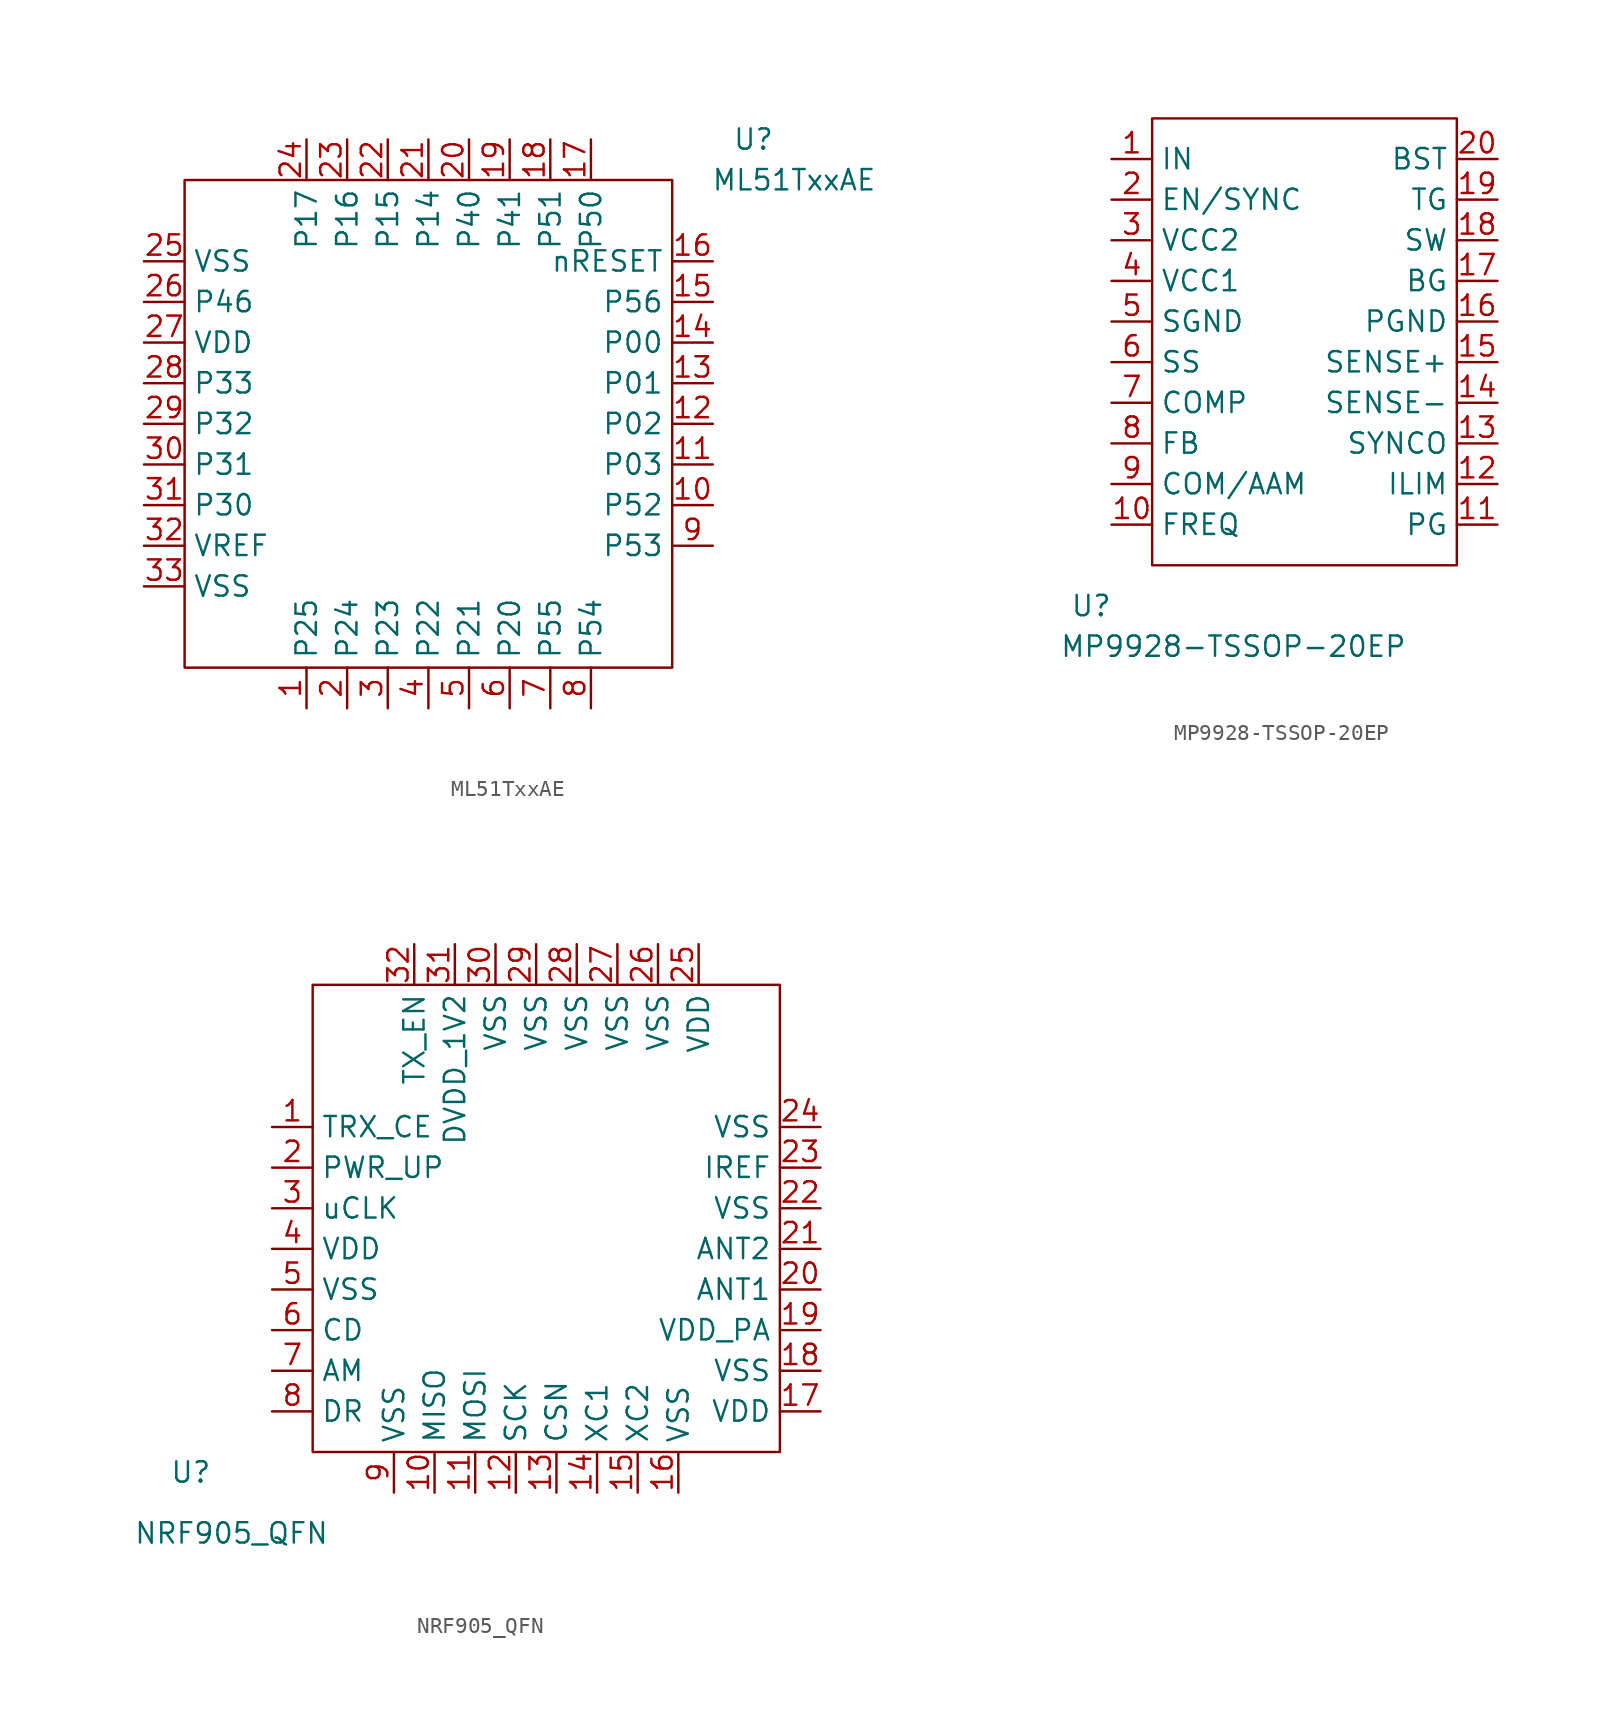
<source format=kicad_sym>
(kicad_symbol_lib
  (version 20220914)
  (generator kicad_symbol_editor)
  (symbol "ML51TxxAE"
    (property "Reference" "U"
      (at 35.56 33.02 0)
      (effects (font (size 1.27 1.27))))
    (property "Value" "ML51TxxAE"
      (at 38.1 30.48 0)
      (effects (font (size 1.27 1.27))))
    (symbol "ML51TxxAE_0_1"
      (rectangle (start 0 30.48) (end 30.48 0) (stroke (width 0) (type default)) (fill (type none))))
    (symbol "ML51TxxAE_1_1"
      (pin bidirectional line (at 7.62 -2.54 90) (length 2.54) (name "P25" (effects (font (size 1.27 1.27)))) (number "1" (effects (font (size 1.27 1.27)))))
      (pin bidirectional line (at 33.02 10.16 180) (length 2.54) (name "P52" (effects (font (size 1.27 1.27)))) (number "10" (effects (font (size 1.27 1.27)))))
      (pin bidirectional line (at 33.02 12.7 180) (length 2.54) (name "P03" (effects (font (size 1.27 1.27)))) (number "11" (effects (font (size 1.27 1.27)))))
      (pin bidirectional line (at 33.02 15.24 180) (length 2.54) (name "P02" (effects (font (size 1.27 1.27)))) (number "12" (effects (font (size 1.27 1.27)))))
      (pin bidirectional line (at 33.02 17.78 180) (length 2.54) (name "P01" (effects (font (size 1.27 1.27)))) (number "13" (effects (font (size 1.27 1.27)))))
      (pin bidirectional line (at 33.02 20.32 180) (length 2.54) (name "P00" (effects (font (size 1.27 1.27)))) (number "14" (effects (font (size 1.27 1.27)))))
      (pin bidirectional line (at 33.02 22.86 180) (length 2.54) (name "P56" (effects (font (size 1.27 1.27)))) (number "15" (effects (font (size 1.27 1.27)))))
      (pin bidirectional line (at 33.02 25.4 180) (length 2.54) (name "nRESET" (effects (font (size 1.27 1.27)))) (number "16" (effects (font (size 1.27 1.27)))))
      (pin bidirectional line (at 25.4 33.02 270) (length 2.54) (name "P50" (effects (font (size 1.27 1.27)))) (number "17" (effects (font (size 1.27 1.27)))))
      (pin bidirectional line (at 22.86 33.02 270) (length 2.54) (name "P51" (effects (font (size 1.27 1.27)))) (number "18" (effects (font (size 1.27 1.27)))))
      (pin bidirectional line (at 20.32 33.02 270) (length 2.54) (name "P41" (effects (font (size 1.27 1.27)))) (number "19" (effects (font (size 1.27 1.27)))))
      (pin bidirectional line (at 10.16 -2.54 90) (length 2.54) (name "P24" (effects (font (size 1.27 1.27)))) (number "2" (effects (font (size 1.27 1.27)))))
      (pin bidirectional line (at 17.78 33.02 270) (length 2.54) (name "P40" (effects (font (size 1.27 1.27)))) (number "20" (effects (font (size 1.27 1.27)))))
      (pin bidirectional line (at 15.24 33.02 270) (length 2.54) (name "P14" (effects (font (size 1.27 1.27)))) (number "21" (effects (font (size 1.27 1.27)))))
      (pin bidirectional line (at 12.7 33.02 270) (length 2.54) (name "P15" (effects (font (size 1.27 1.27)))) (number "22" (effects (font (size 1.27 1.27)))))
      (pin bidirectional line (at 10.16 33.02 270) (length 2.54) (name "P16" (effects (font (size 1.27 1.27)))) (number "23" (effects (font (size 1.27 1.27)))))
      (pin bidirectional line (at 7.62 33.02 270) (length 2.54) (name "P17" (effects (font (size 1.27 1.27)))) (number "24" (effects (font (size 1.27 1.27)))))
      (pin bidirectional line (at -2.54 25.4 0) (length 2.54) (name "VSS" (effects (font (size 1.27 1.27)))) (number "25" (effects (font (size 1.27 1.27)))))
      (pin bidirectional line (at -2.54 22.86 0) (length 2.54) (name "P46" (effects (font (size 1.27 1.27)))) (number "26" (effects (font (size 1.27 1.27)))))
      (pin bidirectional line (at -2.54 20.32 0) (length 2.54) (name "VDD" (effects (font (size 1.27 1.27)))) (number "27" (effects (font (size 1.27 1.27)))))
      (pin bidirectional line (at -2.54 17.78 0) (length 2.54) (name "P33" (effects (font (size 1.27 1.27)))) (number "28" (effects (font (size 1.27 1.27)))))
      (pin bidirectional line (at -2.54 15.24 0) (length 2.54) (name "P32" (effects (font (size 1.27 1.27)))) (number "29" (effects (font (size 1.27 1.27)))))
      (pin bidirectional line (at 12.7 -2.54 90) (length 2.54) (name "P23" (effects (font (size 1.27 1.27)))) (number "3" (effects (font (size 1.27 1.27)))))
      (pin bidirectional line (at -2.54 12.7 0) (length 2.54) (name "P31" (effects (font (size 1.27 1.27)))) (number "30" (effects (font (size 1.27 1.27)))))
      (pin bidirectional line (at -2.54 10.16 0) (length 2.54) (name "P30" (effects (font (size 1.27 1.27)))) (number "31" (effects (font (size 1.27 1.27)))))
      (pin bidirectional line (at -2.54 7.62 0) (length 2.54) (name "VREF" (effects (font (size 1.27 1.27)))) (number "32" (effects (font (size 1.27 1.27)))))
      (pin bidirectional line (at -2.54 5.08 0) (length 2.54) (name "VSS" (effects (font (size 1.27 1.27)))) (number "33" (effects (font (size 1.27 1.27)))))
      (pin bidirectional line (at 15.24 -2.54 90) (length 2.54) (name "P22" (effects (font (size 1.27 1.27)))) (number "4" (effects (font (size 1.27 1.27)))))
      (pin bidirectional line (at 17.78 -2.54 90) (length 2.54) (name "P21" (effects (font (size 1.27 1.27)))) (number "5" (effects (font (size 1.27 1.27)))))
      (pin bidirectional line (at 20.32 -2.54 90) (length 2.54) (name "P20" (effects (font (size 1.27 1.27)))) (number "6" (effects (font (size 1.27 1.27)))))
      (pin bidirectional line (at 22.86 -2.54 90) (length 2.54) (name "P55" (effects (font (size 1.27 1.27)))) (number "7" (effects (font (size 1.27 1.27)))))
      (pin bidirectional line (at 25.4 -2.54 90) (length 2.54) (name "P54" (effects (font (size 1.27 1.27)))) (number "8" (effects (font (size 1.27 1.27)))))
      (pin bidirectional line (at 33.02 7.62 180) (length 2.54) (name "P53" (effects (font (size 1.27 1.27)))) (number "9" (effects (font (size 1.27 1.27)))))))
  (symbol "MP9928-TSSOP-20EP"
    (property "Reference" "U"
      (at -3.81 -2.54 0)
      (effects (font (size 1.27 1.27))))
    (property "Value" "MP9928-TSSOP-20EP"
      (at 5.08 -5.08 0)
      (effects (font (size 1.27 1.27))))
    (symbol "MP9928-TSSOP-20EP_0_1"
      (rectangle (start 0 27.94) (end 19.05 0) (stroke (width 0) (type default)) (fill (type none))))
    (symbol "MP9928-TSSOP-20EP_1_1"
      (pin bidirectional line (at -2.54 25.4 0) (length 2.54) (name "IN" (effects (font (size 1.27 1.27)))) (number "1" (effects (font (size 1.27 1.27)))))
      (pin bidirectional line (at -2.54 2.54 0) (length 2.54) (name "FREQ" (effects (font (size 1.27 1.27)))) (number "10" (effects (font (size 1.27 1.27)))))
      (pin bidirectional line (at 21.59 2.54 180) (length 2.54) (name "PG" (effects (font (size 1.27 1.27)))) (number "11" (effects (font (size 1.27 1.27)))))
      (pin bidirectional line (at 21.59 5.08 180) (length 2.54) (name "ILIM" (effects (font (size 1.27 1.27)))) (number "12" (effects (font (size 1.27 1.27)))))
      (pin bidirectional line (at 21.59 7.62 180) (length 2.54) (name "SYNCO" (effects (font (size 1.27 1.27)))) (number "13" (effects (font (size 1.27 1.27)))))
      (pin bidirectional line (at 21.59 10.16 180) (length 2.54) (name "SENSE-" (effects (font (size 1.27 1.27)))) (number "14" (effects (font (size 1.27 1.27)))))
      (pin bidirectional line (at 21.59 12.7 180) (length 2.54) (name "SENSE+" (effects (font (size 1.27 1.27)))) (number "15" (effects (font (size 1.27 1.27)))))
      (pin bidirectional line (at 21.59 15.24 180) (length 2.54) (name "PGND" (effects (font (size 1.27 1.27)))) (number "16" (effects (font (size 1.27 1.27)))))
      (pin bidirectional line (at 21.59 17.78 180) (length 2.54) (name "BG" (effects (font (size 1.27 1.27)))) (number "17" (effects (font (size 1.27 1.27)))))
      (pin bidirectional line (at 21.59 20.32 180) (length 2.54) (name "SW" (effects (font (size 1.27 1.27)))) (number "18" (effects (font (size 1.27 1.27)))))
      (pin bidirectional line (at 21.59 22.86 180) (length 2.54) (name "TG" (effects (font (size 1.27 1.27)))) (number "19" (effects (font (size 1.27 1.27)))))
      (pin bidirectional line (at -2.54 22.86 0) (length 2.54) (name "EN/SYNC" (effects (font (size 1.27 1.27)))) (number "2" (effects (font (size 1.27 1.27)))))
      (pin bidirectional line (at 21.59 25.4 180) (length 2.54) (name "BST" (effects (font (size 1.27 1.27)))) (number "20" (effects (font (size 1.27 1.27)))))
      (pin bidirectional line (at -2.54 20.32 0) (length 2.54) (name "VCC2" (effects (font (size 1.27 1.27)))) (number "3" (effects (font (size 1.27 1.27)))))
      (pin bidirectional line (at -2.54 17.78 0) (length 2.54) (name "VCC1" (effects (font (size 1.27 1.27)))) (number "4" (effects (font (size 1.27 1.27)))))
      (pin bidirectional line (at -2.54 15.24 0) (length 2.54) (name "SGND" (effects (font (size 1.27 1.27)))) (number "5" (effects (font (size 1.27 1.27)))))
      (pin bidirectional line (at -2.54 12.7 0) (length 2.54) (name "SS" (effects (font (size 1.27 1.27)))) (number "6" (effects (font (size 1.27 1.27)))))
      (pin bidirectional line (at -2.54 10.16 0) (length 2.54) (name "COMP" (effects (font (size 1.27 1.27)))) (number "7" (effects (font (size 1.27 1.27)))))
      (pin bidirectional line (at -2.54 7.62 0) (length 2.54) (name "FB" (effects (font (size 1.27 1.27)))) (number "8" (effects (font (size 1.27 1.27)))))
      (pin bidirectional line (at -2.54 5.08 0) (length 2.54) (name "COM/AAM" (effects (font (size 1.27 1.27)))) (number "9" (effects (font (size 1.27 1.27)))))))
  (symbol "NRF905_QFN"
    (property "Reference" "U"
      (at -7.62 -1.27 0)
      (effects (font (size 1.27 1.27))))
    (property "Value" "NRF905_QFN"
      (at -5.08 -5.08 0)
      (effects (font (size 1.27 1.27))))
    (symbol "NRF905_QFN_0_1"
      (rectangle (start 0 29.21) (end 29.21 0) (stroke (width 0) (type default)) (fill (type none))))
    (symbol "NRF905_QFN_1_1"
      (pin bidirectional line (at -2.54 20.32 0) (length 2.54) (name "TRX_CE" (effects (font (size 1.27 1.27)))) (number "1" (effects (font (size 1.27 1.27)))))
      (pin bidirectional line (at 7.62 -2.54 90) (length 2.54) (name "MISO" (effects (font (size 1.27 1.27)))) (number "10" (effects (font (size 1.27 1.27)))))
      (pin bidirectional line (at 10.16 -2.54 90) (length 2.54) (name "MOSI" (effects (font (size 1.27 1.27)))) (number "11" (effects (font (size 1.27 1.27)))))
      (pin bidirectional line (at 12.7 -2.54 90) (length 2.54) (name "SCK" (effects (font (size 1.27 1.27)))) (number "12" (effects (font (size 1.27 1.27)))))
      (pin bidirectional line (at 15.24 -2.54 90) (length 2.54) (name "CSN" (effects (font (size 1.27 1.27)))) (number "13" (effects (font (size 1.27 1.27)))))
      (pin bidirectional line (at 17.78 -2.54 90) (length 2.54) (name "XC1" (effects (font (size 1.27 1.27)))) (number "14" (effects (font (size 1.27 1.27)))))
      (pin bidirectional line (at 20.32 -2.54 90) (length 2.54) (name "XC2" (effects (font (size 1.27 1.27)))) (number "15" (effects (font (size 1.27 1.27)))))
      (pin bidirectional line (at 22.86 -2.54 90) (length 2.54) (name "VSS" (effects (font (size 1.27 1.27)))) (number "16" (effects (font (size 1.27 1.27)))))
      (pin bidirectional line (at 31.75 2.54 180) (length 2.54) (name "VDD" (effects (font (size 1.27 1.27)))) (number "17" (effects (font (size 1.27 1.27)))))
      (pin bidirectional line (at 31.75 5.08 180) (length 2.54) (name "VSS" (effects (font (size 1.27 1.27)))) (number "18" (effects (font (size 1.27 1.27)))))
      (pin bidirectional line (at 31.75 7.62 180) (length 2.54) (name "VDD_PA" (effects (font (size 1.27 1.27)))) (number "19" (effects (font (size 1.27 1.27)))))
      (pin bidirectional line (at -2.54 17.78 0) (length 2.54) (name "PWR_UP" (effects (font (size 1.27 1.27)))) (number "2" (effects (font (size 1.27 1.27)))))
      (pin bidirectional line (at 31.75 10.16 180) (length 2.54) (name "ANT1" (effects (font (size 1.27 1.27)))) (number "20" (effects (font (size 1.27 1.27)))))
      (pin bidirectional line (at 31.75 12.7 180) (length 2.54) (name "ANT2" (effects (font (size 1.27 1.27)))) (number "21" (effects (font (size 1.27 1.27)))))
      (pin bidirectional line (at 31.75 15.24 180) (length 2.54) (name "VSS" (effects (font (size 1.27 1.27)))) (number "22" (effects (font (size 1.27 1.27)))))
      (pin bidirectional line (at 31.75 17.78 180) (length 2.54) (name "IREF" (effects (font (size 1.27 1.27)))) (number "23" (effects (font (size 1.27 1.27)))))
      (pin bidirectional line (at 31.75 20.32 180) (length 2.54) (name "VSS" (effects (font (size 1.27 1.27)))) (number "24" (effects (font (size 1.27 1.27)))))
      (pin bidirectional line (at 24.13 31.75 270) (length 2.54) (name "VDD" (effects (font (size 1.27 1.27)))) (number "25" (effects (font (size 1.27 1.27)))))
      (pin bidirectional line (at 21.59 31.75 270) (length 2.54) (name "VSS" (effects (font (size 1.27 1.27)))) (number "26" (effects (font (size 1.27 1.27)))))
      (pin bidirectional line (at 19.05 31.75 270) (length 2.54) (name "VSS" (effects (font (size 1.27 1.27)))) (number "27" (effects (font (size 1.27 1.27)))))
      (pin bidirectional line (at 16.51 31.75 270) (length 2.54) (name "VSS" (effects (font (size 1.27 1.27)))) (number "28" (effects (font (size 1.27 1.27)))))
      (pin bidirectional line (at 13.97 31.75 270) (length 2.54) (name "VSS" (effects (font (size 1.27 1.27)))) (number "29" (effects (font (size 1.27 1.27)))))
      (pin bidirectional line (at -2.54 15.24 0) (length 2.54) (name "uCLK" (effects (font (size 1.27 1.27)))) (number "3" (effects (font (size 1.27 1.27)))))
      (pin bidirectional line (at 11.43 31.75 270) (length 2.54) (name "VSS" (effects (font (size 1.27 1.27)))) (number "30" (effects (font (size 1.27 1.27)))))
      (pin bidirectional line (at 8.89 31.75 270) (length 2.54) (name "DVDD_1V2" (effects (font (size 1.27 1.27)))) (number "31" (effects (font (size 1.27 1.27)))))
      (pin bidirectional line (at 6.35 31.75 270) (length 2.54) (name "TX_EN" (effects (font (size 1.27 1.27)))) (number "32" (effects (font (size 1.27 1.27)))))
      (pin bidirectional line (at -2.54 12.7 0) (length 2.54) (name "VDD" (effects (font (size 1.27 1.27)))) (number "4" (effects (font (size 1.27 1.27)))))
      (pin bidirectional line (at -2.54 10.16 0) (length 2.54) (name "VSS" (effects (font (size 1.27 1.27)))) (number "5" (effects (font (size 1.27 1.27)))))
      (pin bidirectional line (at -2.54 7.62 0) (length 2.54) (name "CD" (effects (font (size 1.27 1.27)))) (number "6" (effects (font (size 1.27 1.27)))))
      (pin bidirectional line (at -2.54 5.08 0) (length 2.54) (name "AM" (effects (font (size 1.27 1.27)))) (number "7" (effects (font (size 1.27 1.27)))))
      (pin bidirectional line (at -2.54 2.54 0) (length 2.54) (name "DR" (effects (font (size 1.27 1.27)))) (number "8" (effects (font (size 1.27 1.27)))))
      (pin bidirectional line (at 5.08 -2.54 90) (length 2.54) (name "VSS" (effects (font (size 1.27 1.27)))) (number "9" (effects (font (size 1.27 1.27))))))))
</source>
